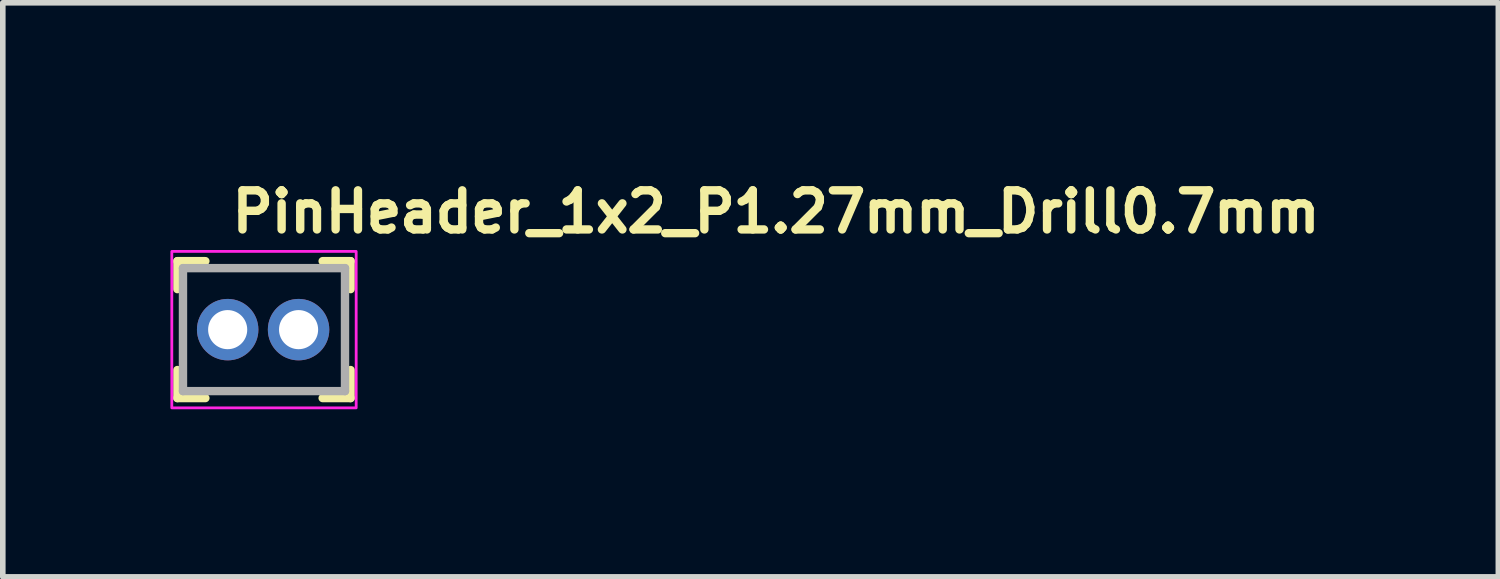
<source format=kicad_pcb>
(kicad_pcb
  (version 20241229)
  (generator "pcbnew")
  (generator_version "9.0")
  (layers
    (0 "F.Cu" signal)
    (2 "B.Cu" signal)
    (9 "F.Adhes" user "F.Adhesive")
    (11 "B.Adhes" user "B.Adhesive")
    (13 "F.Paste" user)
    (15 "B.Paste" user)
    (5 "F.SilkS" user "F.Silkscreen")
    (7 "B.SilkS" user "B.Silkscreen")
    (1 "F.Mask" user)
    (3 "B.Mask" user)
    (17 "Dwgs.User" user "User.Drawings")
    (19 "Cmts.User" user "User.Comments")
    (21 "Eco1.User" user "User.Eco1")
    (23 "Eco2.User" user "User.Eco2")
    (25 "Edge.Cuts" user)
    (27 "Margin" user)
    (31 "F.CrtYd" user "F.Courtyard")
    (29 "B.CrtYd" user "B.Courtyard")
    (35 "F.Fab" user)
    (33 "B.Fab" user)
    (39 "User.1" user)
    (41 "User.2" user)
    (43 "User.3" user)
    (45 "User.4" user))
  (footprint "PinHeader_1x2_P1.27mm_Drill0.7mm"
    (layer "F.Cu")
    (at 1.025 2.85)
    (property "Reference" "PinHeader_1x2_P1.27mm_Drill0.7mm" (at 0 -1.7 0) (layer "F.SilkS") (effects (font (size 0.7 0.7) (thickness 0.15)) (justify left bottom)))
    (attr through_hole)
    (fp_line (start -0.9 -1.226) (end -0.9 -0.725) (stroke (width 0.15) (type solid)) (layer "F.SilkS"))
    (fp_line (start -0.9 -1.226) (end -0.399 -1.226) (stroke (width 0.15) (type solid)) (layer "F.SilkS"))
    (fp_line (start -0.9 1.225) (end -0.9 0.723) (stroke (width 0.15) (type solid)) (layer "F.SilkS"))
    (fp_line (start -0.9 1.225) (end -0.399 1.225) (stroke (width 0.15) (type solid)) (layer "F.SilkS"))
    (fp_line (start 2.2 -1.226) (end 1.7 -1.226) (stroke (width 0.15) (type solid)) (layer "F.SilkS"))
    (fp_line (start 2.2 -1.226) (end 2.2 -0.725) (stroke (width 0.15) (type solid)) (layer "F.SilkS"))
    (fp_line (start 2.2 1.225) (end 1.7 1.225) (stroke (width 0.15) (type solid)) (layer "F.SilkS"))
    (fp_line (start 2.2 1.225) (end 2.2 0.723) (stroke (width 0.15) (type solid)) (layer "F.SilkS"))
    (fp_rect (start -1 -1.4) (end 2.3 1.4) (stroke (width 0.05) (type solid)) (fill no) (layer "F.CrtYd"))
    (fp_line (start -0.8 -1.101) (end -0.8 1.1) (stroke (width 0.15) (type solid)) (layer "F.Fab"))
    (fp_line (start -0.8 -1.101) (end 2.1 -1.101) (stroke (width 0.15) (type solid)) (layer "F.Fab"))
    (fp_line (start -0.8 1.1) (end 2.1 1.1) (stroke (width 0.15) (type solid)) (layer "F.Fab"))
    (fp_line (start 2.1 -1.101) (end 2.1 1.1) (stroke (width 0.15) (type solid)) (layer "F.Fab"))
    (fp_rect (start -0.635 -1) (end 1.904 1.1) (stroke (width 0.1) (type solid)) (fill no) (layer "User.5"))
    (fp_line (start -0.635 -0.701) (end -0.635 0.8) (stroke (width 0.02) (type solid)) (layer "User.9"))
    (fp_line (start -0.635 0.8) (end -0.337 1.1) (stroke (width 0.02) (type solid)) (layer "User.9"))
    (fp_line (start -0.337 -1) (end -0.635 -0.701) (stroke (width 0.02) (type solid)) (layer "User.9"))
    (fp_line (start -0.202 -0.15) (end -0.202 0.248) (stroke (width 0.02) (type solid)) (layer "User.9"))
    (fp_line (start -0.202 -0.15) (end -0.202 0.248) (stroke (width 0.02) (type solid)) (layer "User.9"))
    (fp_line (start -0.202 0.248) (end 0.2 0.248) (stroke (width 0.02) (type solid)) (layer "User.9"))
    (fp_line (start -0.202 0.248) (end 0.2 0.248) (stroke (width 0.02) (type solid)) (layer "User.9"))
    (fp_line (start -0.197 -0.145) (end -0.102 -0.052) (stroke (width 0.02) (type solid)) (layer "User.9"))
    (fp_line (start -0.197 -0.145) (end 0.195 -0.145) (stroke (width 0.02) (type solid)) (layer "User.9"))
    (fp_line (start -0.197 0.243) (end -0.197 -0.145) (stroke (width 0.02) (type solid)) (layer "User.9"))
    (fp_line (start -0.197 0.243) (end -0.102 0.148) (stroke (width 0.02) (type solid)) (layer "User.9"))
    (fp_line (start -0.102 -0.052) (end -0.102 0.148) (stroke (width 0.02) (type solid)) (layer "User.9"))
    (fp_line (start -0.102 0.148) (end 0.1 0.148) (stroke (width 0.02) (type solid)) (layer "User.9"))
    (fp_line (start 0.1 -0.052) (end -0.102 -0.052) (stroke (width 0.02) (type solid)) (layer "User.9"))
    (fp_line (start 0.1 0.148) (end 0.1 -0.052) (stroke (width 0.02) (type solid)) (layer "User.9"))
    (fp_line (start 0.195 -0.145) (end 0.1 -0.052) (stroke (width 0.02) (type solid)) (layer "User.9"))
    (fp_line (start 0.195 -0.145) (end 0.195 0.243) (stroke (width 0.02) (type solid)) (layer "User.9"))
    (fp_line (start 0.195 0.243) (end -0.197 0.243) (stroke (width 0.02) (type solid)) (layer "User.9"))
    (fp_line (start 0.195 0.243) (end 0.1 0.148) (stroke (width 0.02) (type solid)) (layer "User.9"))
    (fp_line (start 0.2 -0.15) (end -0.202 -0.15) (stroke (width 0.02) (type solid)) (layer "User.9"))
    (fp_line (start 0.2 -0.15) (end -0.202 -0.15) (stroke (width 0.02) (type solid)) (layer "User.9"))
    (fp_line (start 0.2 0.248) (end 0.2 -0.15) (stroke (width 0.02) (type solid)) (layer "User.9"))
    (fp_line (start 0.2 0.248) (end 0.2 -0.15) (stroke (width 0.02) (type solid)) (layer "User.9"))
    (fp_line (start 0.335 -1) (end -0.337 -1) (stroke (width 0.02) (type solid)) (layer "User.9"))
    (fp_line (start 0.335 1.1) (end -0.337 1.1) (stroke (width 0.02) (type solid)) (layer "User.9"))
    (fp_line (start 0.335 1.1) (end 0.633 0.8) (stroke (width 0.02) (type solid)) (layer "User.9"))
    (fp_line (start 0.633 -0.701) (end 0.335 -1) (stroke (width 0.02) (type solid)) (layer "User.9"))
    (fp_line (start 0.633 0.8) (end 0.935 1.1) (stroke (width 0.02) (type solid)) (layer "User.9"))
    (fp_line (start 0.935 -1) (end 0.633 -0.701) (stroke (width 0.02) (type solid)) (layer "User.9"))
    (fp_line (start 1.07 -0.15) (end 1.07 0.248) (stroke (width 0.02) (type solid)) (layer "User.9"))
    (fp_line (start 1.07 -0.15) (end 1.07 0.248) (stroke (width 0.02) (type solid)) (layer "User.9"))
    (fp_line (start 1.07 0.248) (end 1.469 0.248) (stroke (width 0.02) (type solid)) (layer "User.9"))
    (fp_line (start 1.07 0.248) (end 1.469 0.248) (stroke (width 0.02) (type solid)) (layer "User.9"))
    (fp_line (start 1.074 -0.145) (end 1.169 -0.052) (stroke (width 0.02) (type solid)) (layer "User.9"))
    (fp_line (start 1.074 -0.145) (end 1.465 -0.145) (stroke (width 0.02) (type solid)) (layer "User.9"))
    (fp_line (start 1.074 0.243) (end 1.074 -0.145) (stroke (width 0.02) (type solid)) (layer "User.9"))
    (fp_line (start 1.074 0.243) (end 1.169 0.148) (stroke (width 0.02) (type solid)) (layer "User.9"))
    (fp_line (start 1.169 -0.052) (end 1.169 0.148) (stroke (width 0.02) (type solid)) (layer "User.9"))
    (fp_line (start 1.169 0.148) (end 1.37 0.148) (stroke (width 0.02) (type solid)) (layer "User.9"))
    (fp_line (start 1.37 -0.052) (end 1.169 -0.052) (stroke (width 0.02) (type solid)) (layer "User.9"))
    (fp_line (start 1.37 0.148) (end 1.37 -0.052) (stroke (width 0.02) (type solid)) (layer "User.9"))
    (fp_line (start 1.465 -0.145) (end 1.37 -0.052) (stroke (width 0.02) (type solid)) (layer "User.9"))
    (fp_line (start 1.465 -0.145) (end 1.465 0.243) (stroke (width 0.02) (type solid)) (layer "User.9"))
    (fp_line (start 1.465 0.243) (end 1.074 0.243) (stroke (width 0.02) (type solid)) (layer "User.9"))
    (fp_line (start 1.465 0.243) (end 1.37 0.148) (stroke (width 0.02) (type solid)) (layer "User.9"))
    (fp_line (start 1.469 -0.15) (end 1.07 -0.15) (stroke (width 0.02) (type solid)) (layer "User.9"))
    (fp_line (start 1.469 -0.15) (end 1.07 -0.15) (stroke (width 0.02) (type solid)) (layer "User.9"))
    (fp_line (start 1.469 0.248) (end 1.469 -0.15) (stroke (width 0.02) (type solid)) (layer "User.9"))
    (fp_line (start 1.469 0.248) (end 1.469 -0.15) (stroke (width 0.02) (type solid)) (layer "User.9"))
    (fp_line (start 1.604 -1) (end 0.935 -1) (stroke (width 0.02) (type solid)) (layer "User.9"))
    (fp_line (start 1.604 1.1) (end 0.935 1.1) (stroke (width 0.02) (type solid)) (layer "User.9"))
    (fp_line (start 1.604 1.1) (end 1.904 0.8) (stroke (width 0.02) (type solid)) (layer "User.9"))
    (fp_line (start 1.904 -0.701) (end 1.604 -1) (stroke (width 0.02) (type solid)) (layer "User.9"))
    (fp_line (start 1.904 -0.701) (end 1.904 0.8) (stroke (width 0.02) (type solid)) (layer "User.9"))
    (pad "1" thru_hole circle (at 0 0) (size 1.1 1.1) (drill 0.7) (layers "*.Cu" "*.Mask"))
    (pad "2" thru_hole circle (at 1.269 0) (size 1.1 1.1) (drill 0.7) (layers "*.Cu" "*.Mask")))
  (gr_rect
    (start -3 -3)
    (end 23.768 7.275)
    (stroke (width 0.1) (type default))
    (fill no)
    (layer "Edge.Cuts")))
</source>
